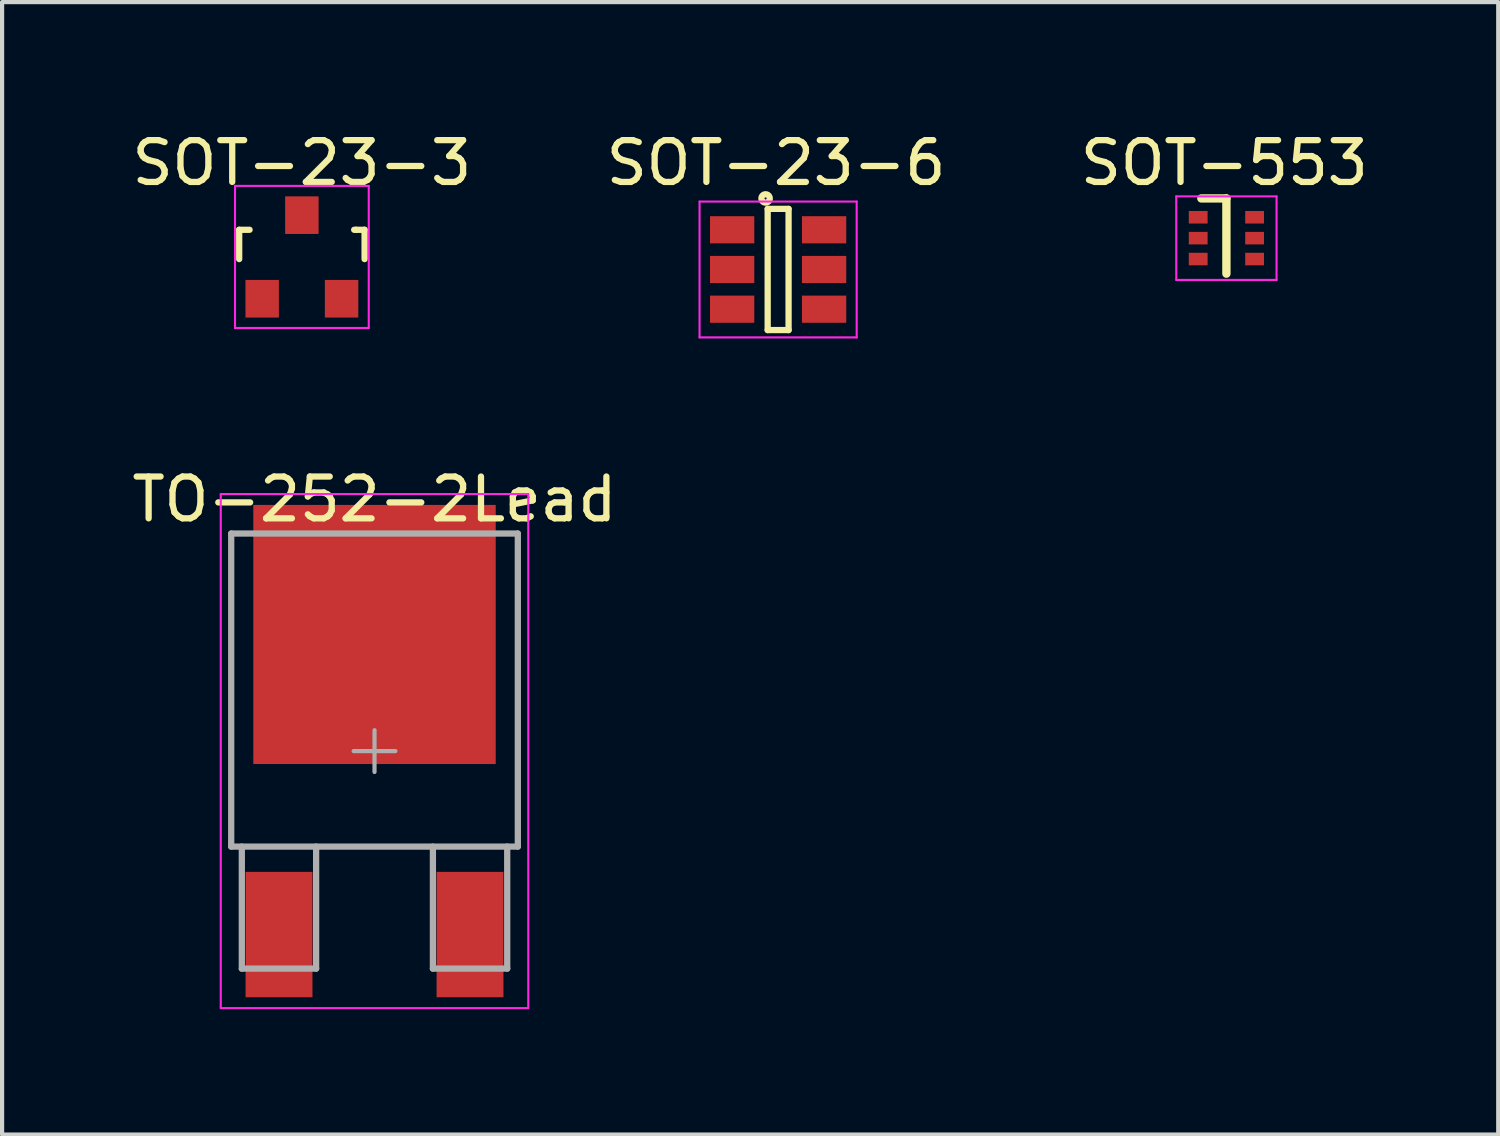
<source format=kicad_pcb>
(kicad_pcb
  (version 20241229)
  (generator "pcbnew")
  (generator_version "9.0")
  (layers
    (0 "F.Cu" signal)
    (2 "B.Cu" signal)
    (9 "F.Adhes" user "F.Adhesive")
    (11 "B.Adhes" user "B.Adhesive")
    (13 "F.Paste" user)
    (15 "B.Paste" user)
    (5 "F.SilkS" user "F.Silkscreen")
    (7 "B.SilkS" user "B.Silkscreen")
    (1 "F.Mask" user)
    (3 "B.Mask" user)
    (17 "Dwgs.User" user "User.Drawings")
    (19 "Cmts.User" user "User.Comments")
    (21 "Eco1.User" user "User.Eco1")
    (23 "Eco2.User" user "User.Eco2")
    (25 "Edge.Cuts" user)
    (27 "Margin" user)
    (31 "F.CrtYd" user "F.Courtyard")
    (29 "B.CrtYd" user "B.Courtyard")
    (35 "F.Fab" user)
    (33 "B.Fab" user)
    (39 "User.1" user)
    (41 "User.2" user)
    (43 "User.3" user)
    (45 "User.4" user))
  (footprint "SOT-23-6"
    (layer "F.Cu")
    (at 15.568 3.398)
    (property "Reference" "SOT-23-6" (at -0.05 -2.55 0) (layer "F.SilkS") (effects (font (size 1 1) (thickness 0.15))))
    (attr smd)
    (fp_line (start -0.25 -1.45) (end -0.25 1.45) (stroke (width 0.15) (type solid)) (layer "F.SilkS"))
    (fp_line (start -0.25 1.45) (end 0.25 1.45) (stroke (width 0.15) (type solid)) (layer "F.SilkS"))
    (fp_line (start 0.25 -1.45) (end -0.25 -1.45) (stroke (width 0.15) (type solid)) (layer "F.SilkS"))
    (fp_line (start 0.25 1.45) (end 0.25 -1.45) (stroke (width 0.15) (type solid)) (layer "F.SilkS"))
    (fp_circle (center -0.3 -1.7) (end -0.2 -1.7) (stroke (width 0.15) (type solid)) (fill no) (layer "F.SilkS"))
    (fp_line (start -1.88 -1.625) (end 1.88 -1.625) (stroke (width 0.05) (type solid)) (layer "F.CrtYd"))
    (fp_line (start -1.88 1.625) (end -1.88 -1.625) (stroke (width 0.05) (type solid)) (layer "F.CrtYd"))
    (fp_line (start 1.88 -1.625) (end 1.88 1.625) (stroke (width 0.05) (type solid)) (layer "F.CrtYd"))
    (fp_line (start 1.88 1.625) (end -1.88 1.625) (stroke (width 0.05) (type solid)) (layer "F.CrtYd"))
    (pad "1" smd rect (at -1.1 -0.95) (size 1.06 0.65) (layers "F.Cu" "F.Mask" "F.Paste"))
    (pad "2" smd rect (at -1.1 0) (size 1.06 0.65) (layers "F.Cu" "F.Mask" "F.Paste"))
    (pad "3" smd rect (at -1.1 0.95) (size 1.06 0.65) (layers "F.Cu" "F.Mask" "F.Paste"))
    (pad "4" smd rect (at 1.1 0.95) (size 1.06 0.65) (layers "F.Cu" "F.Mask" "F.Paste"))
    (pad "5" smd rect (at 1.1 0) (size 1.06 0.65) (layers "F.Cu" "F.Mask" "F.Paste"))
    (pad "6" smd rect (at 1.1 -0.95) (size 1.06 0.65) (layers "F.Cu" "F.Mask" "F.Paste")))
  (footprint "TO-252-2Lead"
    (layer "F.Cu")
    (at 5.911 14.921)
    (property "Reference" "TO-252-2Lead" (at 0 -6.024 0) (layer "F.SilkS") (effects (font (size 1 1) (thickness 0.15))))
    (attr smd)
    (fp_line (start -3.679 -6.15) (end 3.679 -6.15) (stroke (width 0.05) (type solid)) (layer "F.CrtYd"))
    (fp_line (start -3.679 6.15) (end -3.679 -6.15) (stroke (width 0.05) (type solid)) (layer "F.CrtYd"))
    (fp_line (start 3.679 -6.15) (end 3.679 6.15) (stroke (width 0.05) (type solid)) (layer "F.CrtYd"))
    (fp_line (start 3.679 6.15) (end -3.679 6.15) (stroke (width 0.05) (type solid)) (layer "F.CrtYd"))
    (fp_line (start -3.429 -5.205) (end 3.429 -5.205) (stroke (width 0.15) (type solid)) (layer "F.Fab"))
    (fp_line (start -3.429 2.285) (end -3.429 -5.205) (stroke (width 0.15) (type solid)) (layer "F.Fab"))
    (fp_line (start -3.175 2.285) (end -3.175 5.205) (stroke (width 0.15) (type solid)) (layer "F.Fab"))
    (fp_line (start -3.175 5.205) (end -1.397 5.205) (stroke (width 0.15) (type solid)) (layer "F.Fab"))
    (fp_line (start -1.397 5.205) (end -1.397 2.285) (stroke (width 0.15) (type solid)) (layer "F.Fab"))
    (fp_line (start -0.5 0) (end 0.5 0) (stroke (width 0.1) (type solid)) (layer "F.Fab"))
    (fp_line (start 0 -0.5) (end 0 0.5) (stroke (width 0.1) (type solid)) (layer "F.Fab"))
    (fp_line (start 1.397 2.285) (end 1.397 5.205) (stroke (width 0.15) (type solid)) (layer "F.Fab"))
    (fp_line (start 1.397 5.205) (end 3.175 5.205) (stroke (width 0.15) (type solid)) (layer "F.Fab"))
    (fp_line (start 3.175 5.205) (end 3.175 2.285) (stroke (width 0.15) (type solid)) (layer "F.Fab"))
    (fp_line (start 3.429 -5.205) (end 3.429 2.285) (stroke (width 0.15) (type solid)) (layer "F.Fab"))
    (fp_line (start 3.429 2.285) (end -3.429 2.285) (stroke (width 0.15) (type solid)) (layer "F.Fab"))
    (pad "1" smd rect (at -2.285 4.39) (size 1.6 3) (layers "F.Cu" "F.Mask" "F.Paste"))
    (pad "2" smd rect (at 0 -2.79) (size 5.8 6.2) (layers "F.Cu" "F.Mask" "F.Paste"))
    (pad "3" smd rect (at 2.285 4.39) (size 1.6 3) (layers "F.Cu" "F.Mask" "F.Paste")))
  (footprint "SOT-23-3"
    (layer "F.Cu")
    (at 4.173 3.098)
    (property "Reference" "SOT-23-3" (at 0 -2.25 0) (layer "F.SilkS") (effects (font (size 1 1) (thickness 0.15))))
    (attr smd)
    (fp_line (start -1.5 -0.65) (end -1.251 -0.65) (stroke (width 0.15) (type solid)) (layer "F.SilkS"))
    (fp_line (start -1.5 0.051) (end -1.5 -0.65) (stroke (width 0.15) (type solid)) (layer "F.SilkS"))
    (fp_line (start 1.299 -0.65) (end 1.251 -0.65) (stroke (width 0.15) (type solid)) (layer "F.SilkS"))
    (fp_line (start 1.299 -0.65) (end 1.5 -0.65) (stroke (width 0.15) (type solid)) (layer "F.SilkS"))
    (fp_line (start 1.5 -0.65) (end 1.5 0.051) (stroke (width 0.15) (type solid)) (layer "F.SilkS"))
    (fp_line (start -1.6 -1.7) (end 1.6 -1.7) (stroke (width 0.05) (type solid)) (layer "F.CrtYd"))
    (fp_line (start -1.6 1.7) (end -1.6 -1.7) (stroke (width 0.05) (type solid)) (layer "F.CrtYd"))
    (fp_line (start 1.6 -1.7) (end 1.6 1.7) (stroke (width 0.05) (type solid)) (layer "F.CrtYd"))
    (fp_line (start 1.6 1.7) (end -1.6 1.7) (stroke (width 0.05) (type solid)) (layer "F.CrtYd"))
    (pad "1" smd rect (at -0.95 1) (size 0.8 0.9) (layers "F.Cu" "F.Mask" "F.Paste"))
    (pad "2" smd rect (at 0.95 1) (size 0.8 0.9) (layers "F.Cu" "F.Mask" "F.Paste"))
    (pad "3" smd rect (at 0 -1) (size 0.8 0.9) (layers "F.Cu" "F.Mask" "F.Paste")))
  (footprint "SOT-553"
    (layer "F.Cu")
    (at 26.294 2.648)
    (property "Reference" "SOT-553" (at -0.05 -1.8 0) (layer "F.SilkS") (effects (font (size 1 1) (thickness 0.15))))
    (attr smd)
    (fp_line (start -0.6 -0.95) (end 0 -0.95) (stroke (width 0.2) (type solid)) (layer "F.SilkS"))
    (fp_line (start 0 0.85) (end 0 -0.95) (stroke (width 0.2) (type solid)) (layer "F.SilkS"))
    (fp_line (start -1.2 -1) (end 1.2 -1) (stroke (width 0.05) (type solid)) (layer "F.CrtYd"))
    (fp_line (start -1.2 1) (end -1.2 -1) (stroke (width 0.05) (type solid)) (layer "F.CrtYd"))
    (fp_line (start 1.2 -1) (end 1.2 1) (stroke (width 0.05) (type solid)) (layer "F.CrtYd"))
    (fp_line (start 1.2 1) (end -1.2 1) (stroke (width 0.05) (type solid)) (layer "F.CrtYd"))
    (pad "1" smd rect (at -0.675 -0.5) (size 0.45 0.3) (layers "F.Cu" "F.Mask" "F.Paste"))
    (pad "2" smd rect (at -0.675 0) (size 0.45 0.3) (layers "F.Cu" "F.Mask" "F.Paste"))
    (pad "3" smd rect (at -0.675 0.5) (size 0.45 0.3) (layers "F.Cu" "F.Mask" "F.Paste"))
    (pad "4" smd rect (at 0.675 0.5) (size 0.45 0.3) (layers "F.Cu" "F.Mask" "F.Paste"))
    (pad "5" smd rect (at 0.675 0) (size 0.45 0.3) (layers "F.Cu" "F.Mask" "F.Paste"))
    (pad "6" smd rect (at 0.675 -0.5) (size 0.45 0.3) (layers "F.Cu" "F.Mask" "F.Paste")))
  (gr_rect
    (start -3 -3)
    (end 32.798 24.096)
    (stroke (width 0.1) (type default))
    (fill no)
    (layer "Edge.Cuts")))
</source>
